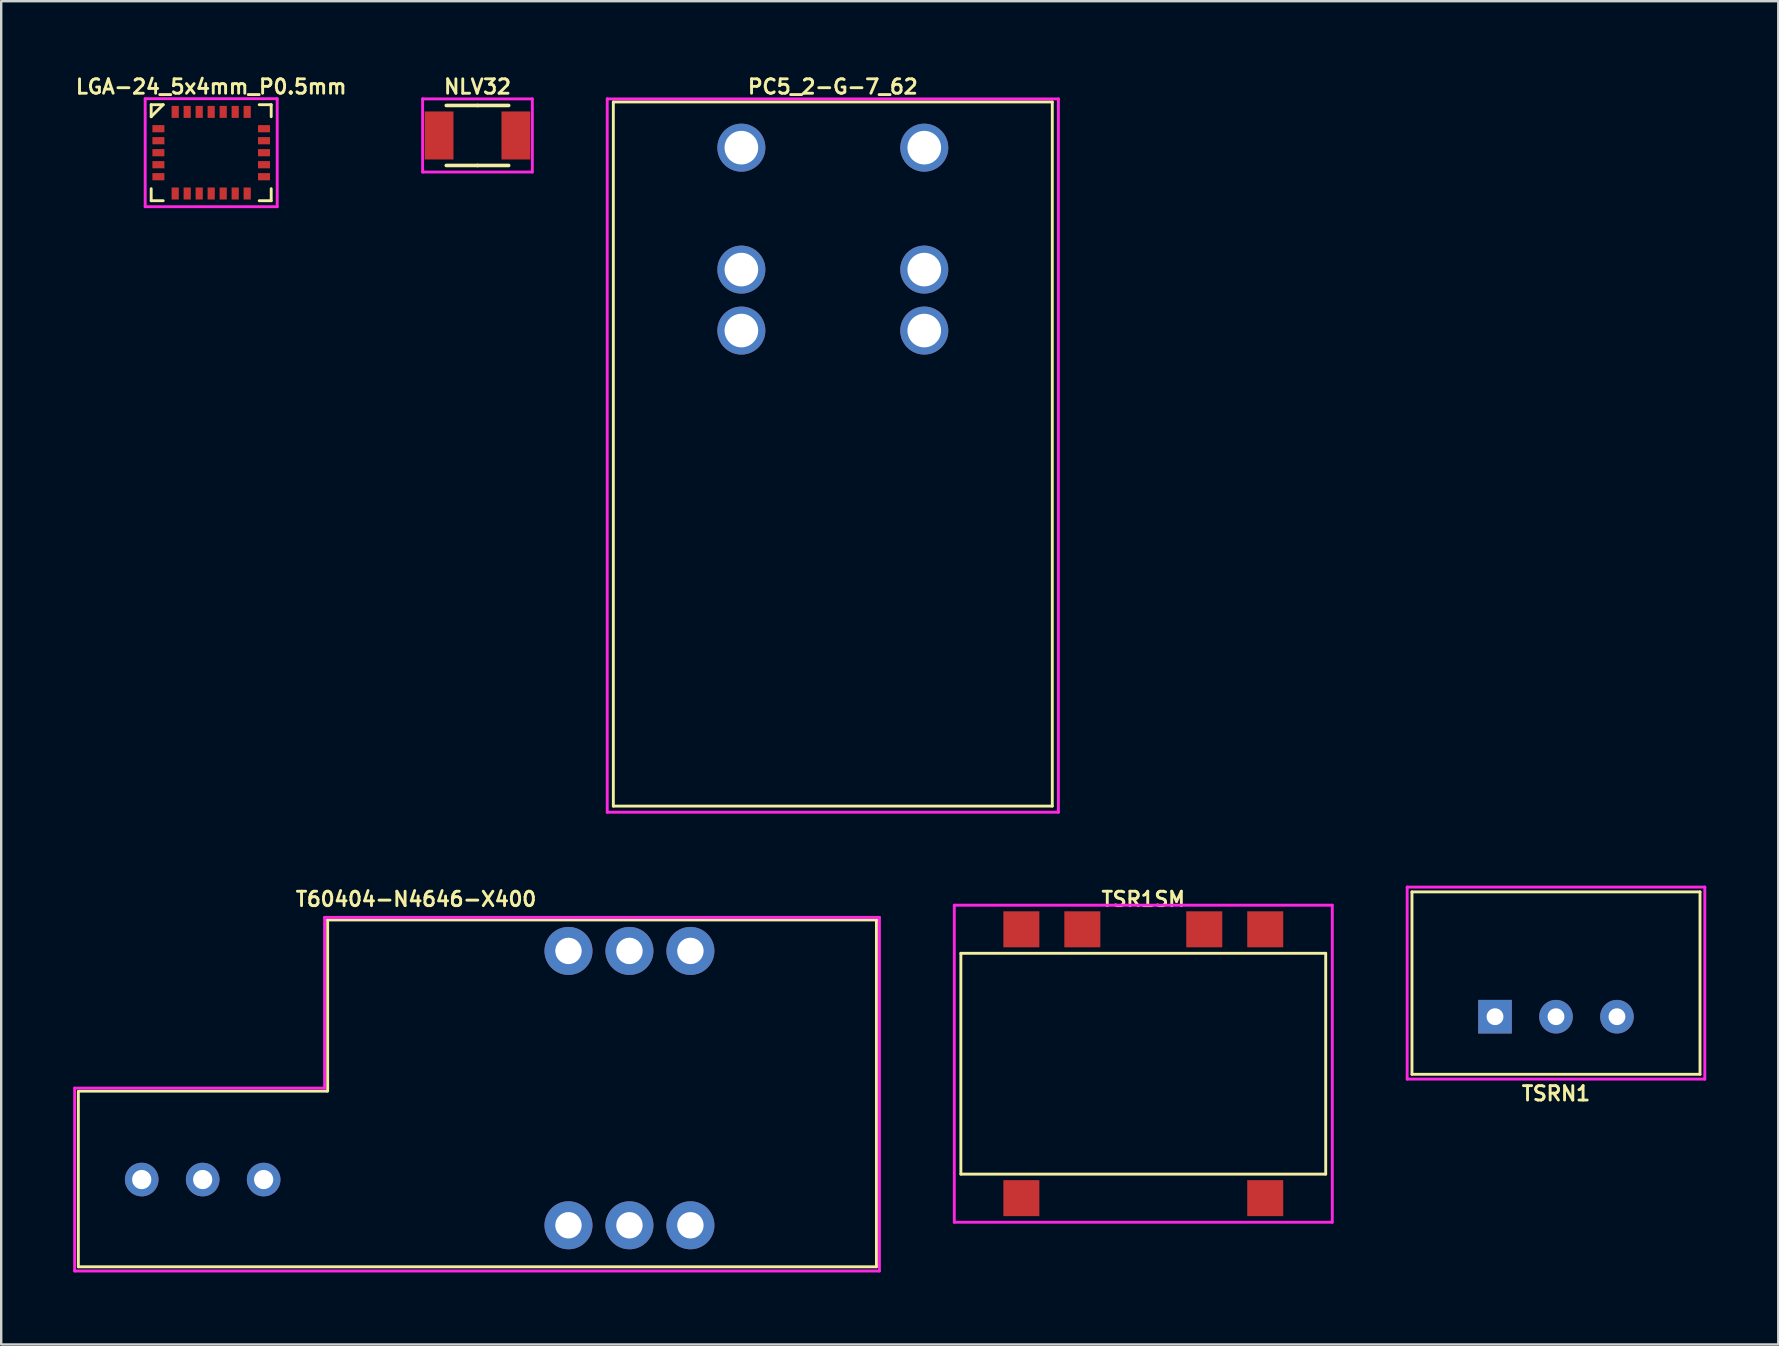
<source format=kicad_pcb>
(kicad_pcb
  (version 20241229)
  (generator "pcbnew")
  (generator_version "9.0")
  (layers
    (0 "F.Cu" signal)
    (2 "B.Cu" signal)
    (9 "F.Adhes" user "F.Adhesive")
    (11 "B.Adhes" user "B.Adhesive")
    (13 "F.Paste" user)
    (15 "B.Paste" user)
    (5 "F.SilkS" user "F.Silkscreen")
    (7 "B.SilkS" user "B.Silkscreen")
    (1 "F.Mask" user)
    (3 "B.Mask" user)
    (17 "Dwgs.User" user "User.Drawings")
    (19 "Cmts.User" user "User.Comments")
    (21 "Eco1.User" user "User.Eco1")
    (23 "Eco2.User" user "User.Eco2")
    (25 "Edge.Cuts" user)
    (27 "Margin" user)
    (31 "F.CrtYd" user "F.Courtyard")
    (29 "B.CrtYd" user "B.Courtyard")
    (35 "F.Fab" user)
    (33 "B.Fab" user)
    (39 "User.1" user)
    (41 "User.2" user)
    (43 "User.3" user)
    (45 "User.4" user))
  (footprint "NLV32"
    (layer "F.Cu")
    (at 16.843 2.594)
    (property "Reference" "NLV32" (at 0 -2.032 0) (layer "F.SilkS") (effects (font (size 0.6 0.6) (thickness 0.12))))
    (attr through_hole)
    (fp_line (start 0 -1.25) (end -1.3 -1.25) (stroke (width 0.15) (type solid)) (layer "F.SilkS"))
    (fp_line (start 0 -1.25) (end 1.3 -1.25) (stroke (width 0.15) (type solid)) (layer "F.SilkS"))
    (fp_line (start 0 1.25) (end -1.3 1.25) (stroke (width 0.15) (type solid)) (layer "F.SilkS"))
    (fp_line (start 0 1.25) (end 1.3 1.25) (stroke (width 0.15) (type solid)) (layer "F.SilkS"))
    (fp_line (start -2.286 -1.524) (end 2.286 -1.524) (stroke (width 0.12) (type solid)) (layer "F.CrtYd"))
    (fp_line (start -2.286 1.524) (end -2.286 -1.524) (stroke (width 0.12) (type solid)) (layer "F.CrtYd"))
    (fp_line (start 2.286 -1.524) (end 2.286 1.524) (stroke (width 0.12) (type solid)) (layer "F.CrtYd"))
    (fp_line (start 2.286 1.524) (end -2.286 1.524) (stroke (width 0.12) (type solid)) (layer "F.CrtYd"))
    (pad "1" smd rect (at -1.6 0) (size 1.2 2) (layers "F.Cu" "F.Mask" "F.Paste"))
    (pad "2" smd rect (at 1.6 0) (size 1.2 2) (layers "F.Cu" "F.Mask" "F.Paste")))
  (footprint "LGA-24_5x4mm_P0.5mm"
    (layer "F.Cu")
    (at 5.749 3.312)
    (property "Reference" "LGA-24_5x4mm_P0.5mm" (at 0 -2.75 0) (layer "F.SilkS") (effects (font (size 0.6 0.6) (thickness 0.12))))
    (attr through_hole)
    (fp_line (start -2.5 -2) (end -2 -2) (stroke (width 0.12) (type solid)) (layer "F.SilkS"))
    (fp_line (start -2.5 -1.5) (end -2.5 -2) (stroke (width 0.12) (type solid)) (layer "F.SilkS"))
    (fp_line (start -2.5 -1.5) (end -2 -2) (stroke (width 0.12) (type solid)) (layer "F.SilkS"))
    (fp_line (start -2.5 2) (end -2.5 1.5) (stroke (width 0.12) (type solid)) (layer "F.SilkS"))
    (fp_line (start -2 2) (end -2.5 2) (stroke (width 0.12) (type solid)) (layer "F.SilkS"))
    (fp_line (start 2 -2) (end 2.5 -2) (stroke (width 0.12) (type solid)) (layer "F.SilkS"))
    (fp_line (start 2 2) (end 2.5 2) (stroke (width 0.12) (type solid)) (layer "F.SilkS"))
    (fp_line (start 2.5 -2) (end 2.5 -1.5) (stroke (width 0.12) (type solid)) (layer "F.SilkS"))
    (fp_line (start 2.5 2) (end 2.5 1.5) (stroke (width 0.12) (type solid)) (layer "F.SilkS"))
    (fp_line (start -2.75 -2.25) (end 2.75 -2.25) (stroke (width 0.12) (type solid)) (layer "F.CrtYd"))
    (fp_line (start -2.75 2.25) (end -2.75 -2.25) (stroke (width 0.12) (type solid)) (layer "F.CrtYd"))
    (fp_line (start 2.75 -2.25) (end 2.75 2.25) (stroke (width 0.12) (type solid)) (layer "F.CrtYd"))
    (fp_line (start 2.75 2.25) (end -2.75 2.25) (stroke (width 0.12) (type solid)) (layer "F.CrtYd"))
    (pad "1" smd rect (at -2.2 -1) (size 0.5 0.3) (layers "F.Cu" "F.Mask" "F.Paste"))
    (pad "2" smd rect (at -2.2 -0.5) (size 0.5 0.3) (layers "F.Cu" "F.Mask" "F.Paste"))
    (pad "3" smd rect (at -2.2 0) (size 0.5 0.3) (layers "F.Cu" "F.Mask" "F.Paste"))
    (pad "4" smd rect (at -2.2 0.5) (size 0.5 0.3) (layers "F.Cu" "F.Mask" "F.Paste"))
    (pad "5" smd rect (at -2.2 1) (size 0.5 0.3) (layers "F.Cu" "F.Mask" "F.Paste"))
    (pad "6" smd rect (at -1.5 1.7) (size 0.3 0.5) (layers "F.Cu" "F.Mask" "F.Paste"))
    (pad "7" smd rect (at -1 1.7) (size 0.3 0.5) (layers "F.Cu" "F.Mask" "F.Paste"))
    (pad "8" smd rect (at -0.5 1.7) (size 0.3 0.5) (layers "F.Cu" "F.Mask" "F.Paste"))
    (pad "9" smd rect (at 0 1.7) (size 0.3 0.5) (layers "F.Cu" "F.Mask" "F.Paste"))
    (pad "10" smd rect (at 0.5 1.7) (size 0.3 0.5) (layers "F.Cu" "F.Mask" "F.Paste"))
    (pad "11" smd rect (at 1 1.7) (size 0.3 0.5) (layers "F.Cu" "F.Mask" "F.Paste"))
    (pad "12" smd rect (at 1.5 1.7) (size 0.3 0.5) (layers "F.Cu" "F.Mask" "F.Paste"))
    (pad "13" smd rect (at 2.2 1) (size 0.5 0.3) (layers "F.Cu" "F.Mask" "F.Paste"))
    (pad "14" smd rect (at 2.2 0.5) (size 0.5 0.3) (layers "F.Cu" "F.Mask" "F.Paste"))
    (pad "15" smd rect (at 2.2 0) (size 0.5 0.3) (layers "F.Cu" "F.Mask" "F.Paste"))
    (pad "16" smd rect (at 2.2 -0.5) (size 0.5 0.3) (layers "F.Cu" "F.Mask" "F.Paste"))
    (pad "17" smd rect (at 2.2 -1) (size 0.5 0.3) (layers "F.Cu" "F.Mask" "F.Paste"))
    (pad "18" smd rect (at 1.5 -1.7) (size 0.3 0.5) (layers "F.Cu" "F.Mask" "F.Paste"))
    (pad "19" smd rect (at 1 -1.7) (size 0.3 0.5) (layers "F.Cu" "F.Mask" "F.Paste"))
    (pad "20" smd rect (at 0.5 -1.7) (size 0.3 0.5) (layers "F.Cu" "F.Mask" "F.Paste"))
    (pad "21" smd rect (at 0 -1.7) (size 0.3 0.5) (layers "F.Cu" "F.Mask" "F.Paste"))
    (pad "22" smd rect (at -0.5 -1.7) (size 0.3 0.5) (layers "F.Cu" "F.Mask" "F.Paste"))
    (pad "23" smd rect (at -1 -1.7) (size 0.3 0.5) (layers "F.Cu" "F.Mask" "F.Paste"))
    (pad "24" smd rect (at -1.5 -1.7) (size 0.3 0.5) (layers "F.Cu" "F.Mask" "F.Paste")))
  (footprint "TSRN1"
    (layer "F.Cu")
    (at 61.776 39.308)
    (property "Reference" "TSRN1" (at 0 3.2 0) (layer "F.SilkS") (effects (font (size 0.6 0.6) (thickness 0.12))))
    (attr through_hole)
    (fp_line (start -6 -5.2) (end 6 -5.2) (stroke (width 0.12) (type solid)) (layer "F.SilkS"))
    (fp_line (start -6 2.4) (end -6 -5.2) (stroke (width 0.12) (type solid)) (layer "F.SilkS"))
    (fp_line (start -6 2.4) (end 6 2.4) (stroke (width 0.12) (type solid)) (layer "F.SilkS"))
    (fp_line (start 6 -5.2) (end 6 2.4) (stroke (width 0.12) (type solid)) (layer "F.SilkS"))
    (fp_line (start -6.2 -5.4) (end 6.2 -5.4) (stroke (width 0.12) (type solid)) (layer "F.CrtYd"))
    (fp_line (start -6.2 2.6) (end -6.2 -5.4) (stroke (width 0.12) (type solid)) (layer "F.CrtYd"))
    (fp_line (start 6.2 -5.4) (end 6.2 2.6) (stroke (width 0.12) (type solid)) (layer "F.CrtYd"))
    (fp_line (start 6.2 2.6) (end -6.2 2.6) (stroke (width 0.12) (type solid)) (layer "F.CrtYd"))
    (pad "1" thru_hole rect (at -2.54 0) (size 1.4 1.4) (drill 0.7) (layers "*.Cu" "*.Mask"))
    (pad "2" thru_hole circle (at 0 0) (size 1.4 1.4) (drill 0.7) (layers "*.Cu" "*.Mask"))
    (pad "3" thru_hole circle (at 2.54 0) (size 1.4 1.4) (drill 0.7) (layers "*.Cu" "*.Mask")))
  (footprint "TSR1SM"
    (layer "F.Cu")
    (at 44.582 41.267)
    (property "Reference" "TSR1SM" (at 0 -6.858 0) (layer "F.SilkS") (effects (font (size 0.6 0.6) (thickness 0.12))))
    (attr through_hole)
    (fp_line (start -7.6 -4.6) (end -7.6 4.6) (stroke (width 0.12) (type solid)) (layer "F.SilkS"))
    (fp_line (start -7.6 4.6) (end 7.6 4.6) (stroke (width 0.12) (type solid)) (layer "F.SilkS"))
    (fp_line (start 7.6 -4.6) (end -7.6 -4.6) (stroke (width 0.12) (type solid)) (layer "F.SilkS"))
    (fp_line (start 7.6 4.6) (end 7.6 -4.6) (stroke (width 0.12) (type solid)) (layer "F.SilkS"))
    (fp_line (start -7.874 -6.604) (end 7.874 -6.604) (stroke (width 0.12) (type solid)) (layer "F.CrtYd"))
    (fp_line (start -7.874 6.604) (end -7.874 -6.604) (stroke (width 0.12) (type solid)) (layer "F.CrtYd"))
    (fp_line (start 7.874 -6.604) (end 7.874 6.604) (stroke (width 0.12) (type solid)) (layer "F.CrtYd"))
    (fp_line (start 7.874 6.604) (end -7.874 6.604) (stroke (width 0.12) (type solid)) (layer "F.CrtYd"))
    (pad "1" smd rect (at -5.08 5.6) (size 1.5 1.5) (layers "F.Cu" "F.Mask" "F.Paste"))
    (pad "5" smd rect (at 5.08 5.6) (size 1.5 1.5) (layers "F.Cu" "F.Mask" "F.Paste"))
    (pad "6" smd rect (at 5.08 -5.6) (size 1.5 1.5) (layers "F.Cu" "F.Mask" "F.Paste"))
    (pad "7" smd rect (at 2.54 -5.6) (size 1.5 1.5) (layers "F.Cu" "F.Mask" "F.Paste"))
    (pad "9" smd rect (at -2.54 -5.6) (size 1.5 1.5) (layers "F.Cu" "F.Mask" "F.Paste"))
    (pad "10" smd rect (at -5.08 -5.6) (size 1.5 1.5) (layers "F.Cu" "F.Mask" "F.Paste")))
  (footprint "T60404-N4646-X400"
    (layer "F.Cu")
    (at 14.284 42.283)
    (property "Reference" "T60404-N4646-X400" (at 0 -7.874 0) (layer "F.SilkS") (effects (font (size 0.6 0.6) (thickness 0.12))))
    (attr through_hole)
    (fp_line (start -14.07 0.127) (end -3.71 0.127) (stroke (width 0.12) (type solid)) (layer "F.SilkS"))
    (fp_line (start -14.07 7.445) (end -14.07 0.155) (stroke (width 0.12) (type solid)) (layer "F.SilkS"))
    (fp_line (start -3.683 -7.005) (end 19.18 -7.005) (stroke (width 0.12) (type solid)) (layer "F.SilkS"))
    (fp_line (start -3.683 0.127) (end -3.683 -7.005) (stroke (width 0.12) (type solid)) (layer "F.SilkS"))
    (fp_line (start 19.18 7.445) (end -14.07 7.445) (stroke (width 0.12) (type solid)) (layer "F.SilkS"))
    (fp_line (start 19.18 7.445) (end 19.18 -7.005) (stroke (width 0.12) (type solid)) (layer "F.SilkS"))
    (fp_line (start -14.224 0) (end -14.224 7.62) (stroke (width 0.12) (type solid)) (layer "F.CrtYd"))
    (fp_line (start -14.224 7.62) (end 19.304 7.62) (stroke (width 0.12) (type solid)) (layer "F.CrtYd"))
    (fp_line (start -3.81 -7.112) (end -3.81 0) (stroke (width 0.12) (type solid)) (layer "F.CrtYd"))
    (fp_line (start -3.81 0) (end -14.224 0) (stroke (width 0.12) (type solid)) (layer "F.CrtYd"))
    (fp_line (start 19.304 -7.112) (end -3.81 -7.112) (stroke (width 0.12) (type solid)) (layer "F.CrtYd"))
    (fp_line (start 19.304 7.62) (end 19.304 -7.112) (stroke (width 0.12) (type solid)) (layer "F.CrtYd"))
    (pad "1" thru_hole circle (at 11.43 -5.715) (size 2 2) (drill 1.1) (layers "*.Cu" "*.Mask"))
    (pad "2" thru_hole circle (at 8.89 -5.715) (size 2 2) (drill 1.1) (layers "*.Cu" "*.Mask"))
    (pad "3" thru_hole circle (at 6.35 -5.715) (size 2 2) (drill 1.1) (layers "*.Cu" "*.Mask"))
    (pad "4" thru_hole circle (at 6.35 5.715) (size 2 2) (drill 1.1) (layers "*.Cu" "*.Mask"))
    (pad "5" thru_hole circle (at 8.89 5.715) (size 2 2) (drill 1.1) (layers "*.Cu" "*.Mask"))
    (pad "6" thru_hole circle (at 11.43 5.715) (size 2 2) (drill 1.1) (layers "*.Cu" "*.Mask"))
    (pad "7" thru_hole circle (at -11.43 3.81) (size 1.4 1.4) (drill 0.8) (layers "*.Cu" "*.Mask"))
    (pad "8" thru_hole circle (at -8.89 3.81) (size 1.4 1.4) (drill 0.8) (layers "*.Cu" "*.Mask"))
    (pad "9" thru_hole circle (at -6.35 3.81) (size 1.4 1.4) (drill 0.8) (layers "*.Cu" "*.Mask")))
  (footprint "PC5_2-G-7_62"
    (layer "F.Cu")
    (at 31.647 15.802)
    (property "Reference" "PC5_2-G-7_62" (at 0 -15.24 0) (layer "F.SilkS") (effects (font (size 0.6 0.6) (thickness 0.12))))
    (attr through_hole)
    (fp_line (start -9.144 14.732) (end -9.144 -14.605) (stroke (width 0.12) (type solid)) (layer "F.SilkS"))
    (fp_line (start -9.144 14.732) (end 9.144 14.732) (stroke (width 0.12) (type solid)) (layer "F.SilkS"))
    (fp_line (start 9.144 -14.605) (end -9.144 -14.605) (stroke (width 0.12) (type solid)) (layer "F.SilkS"))
    (fp_line (start 9.144 14.732) (end 9.144 -14.605) (stroke (width 0.12) (type solid)) (layer "F.SilkS"))
    (fp_line (start -9.398 -14.732) (end 9.398 -14.732) (stroke (width 0.12) (type solid)) (layer "F.CrtYd"))
    (fp_line (start -9.398 14.986) (end -9.398 -14.732) (stroke (width 0.12) (type solid)) (layer "F.CrtYd"))
    (fp_line (start 9.398 -14.732) (end 9.398 14.986) (stroke (width 0.12) (type solid)) (layer "F.CrtYd"))
    (fp_line (start 9.398 14.986) (end -9.398 14.986) (stroke (width 0.12) (type solid)) (layer "F.CrtYd"))
    (pad "1" thru_hole circle (at -3.81 -12.7) (size 2 2) (drill 1.4) (layers "*.Cu" "*.Mask"))
    (pad "1" thru_hole circle (at -3.81 -7.62) (size 2 2) (drill 1.4) (layers "*.Cu" "*.Mask"))
    (pad "1" thru_hole circle (at -3.81 -5.08) (size 2 2) (drill 1.4) (layers "*.Cu" "*.Mask"))
    (pad "2" thru_hole circle (at 3.81 -12.7) (size 2 2) (drill 1.4) (layers "*.Cu" "*.Mask"))
    (pad "2" thru_hole circle (at 3.81 -7.62) (size 2 2) (drill 1.4) (layers "*.Cu" "*.Mask"))
    (pad "2" thru_hole circle (at 3.81 -5.08) (size 2 2) (drill 1.4) (layers "*.Cu" "*.Mask")))
  (gr_rect
    (start -3 -3)
    (end 71.036 52.963)
    (stroke (width 0.1) (type default))
    (fill no)
    (layer "Edge.Cuts")))
</source>
